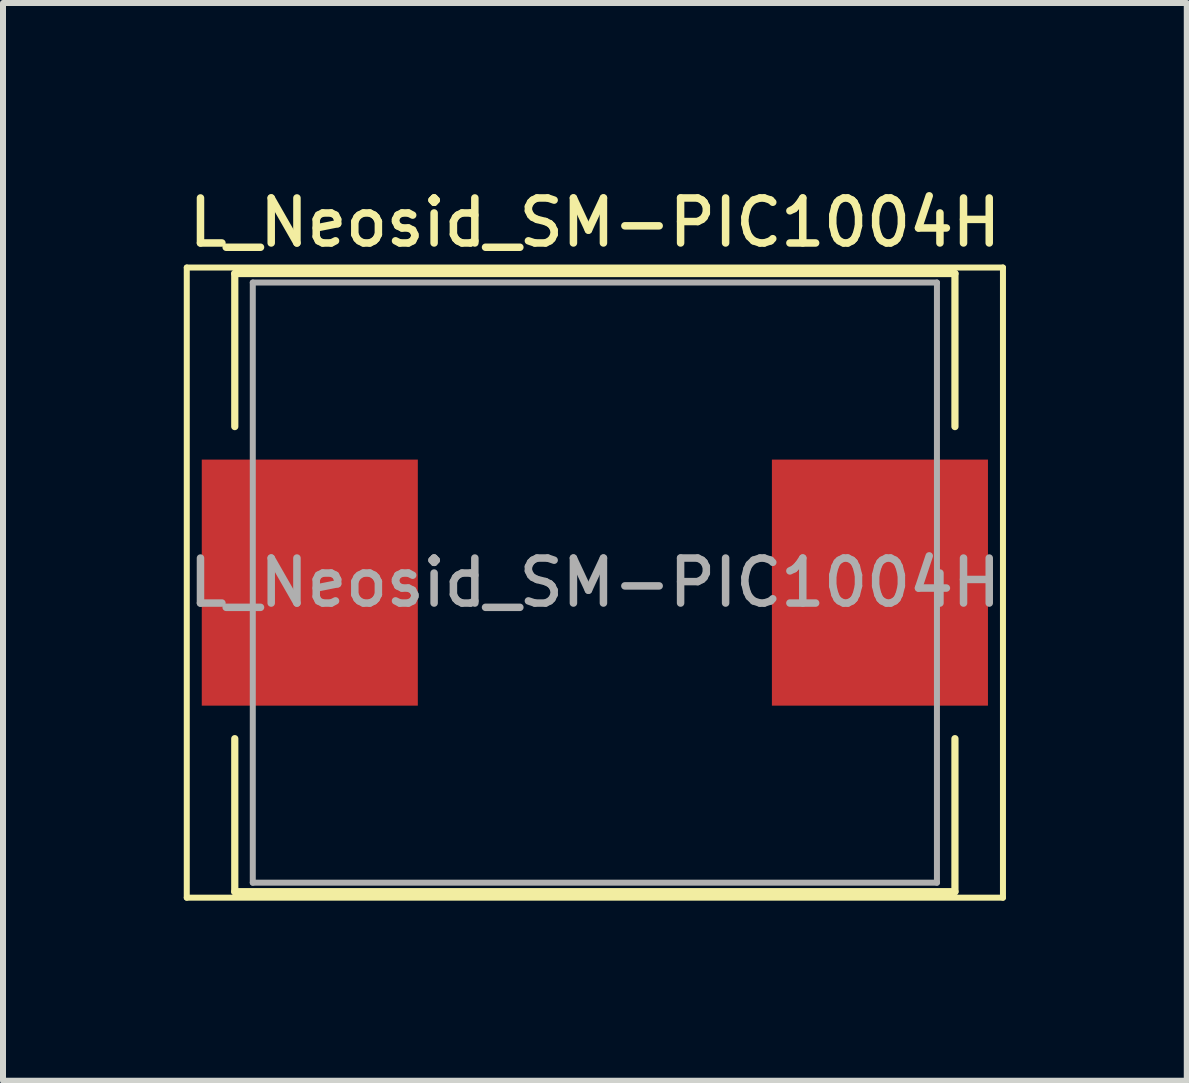
<source format=kicad_pcb>
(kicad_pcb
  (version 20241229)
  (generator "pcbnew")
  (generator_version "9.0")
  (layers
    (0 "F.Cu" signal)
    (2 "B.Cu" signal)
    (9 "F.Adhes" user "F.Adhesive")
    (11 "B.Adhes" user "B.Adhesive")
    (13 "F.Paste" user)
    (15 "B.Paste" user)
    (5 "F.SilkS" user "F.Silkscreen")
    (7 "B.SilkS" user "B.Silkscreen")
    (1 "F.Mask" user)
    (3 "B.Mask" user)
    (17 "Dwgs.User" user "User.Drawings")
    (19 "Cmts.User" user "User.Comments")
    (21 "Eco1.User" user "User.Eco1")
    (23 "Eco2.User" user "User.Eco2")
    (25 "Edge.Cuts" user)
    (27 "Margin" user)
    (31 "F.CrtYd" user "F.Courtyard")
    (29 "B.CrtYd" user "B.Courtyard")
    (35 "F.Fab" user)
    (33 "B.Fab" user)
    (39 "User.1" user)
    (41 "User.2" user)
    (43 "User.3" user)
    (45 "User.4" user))
  (footprint "L_Neosid_SM-PIC1004H"
    (layer "F.Cu")
    (at 6.862 6.658)
    (property "Reference" "L_Neosid_SM-PIC1004H" (at 0 -6 0) (layer "F.SilkS") (effects (font (size 0.75 0.75) (thickness 0.125))))
    (attr smd)
    (fp_line (start -6.8 -5.25) (end -6.8 5.25) (stroke (width 0.1) (type solid)) (layer "F.SilkS"))
    (fp_line (start -6.8 -5.25) (end 6.8 -5.25) (stroke (width 0.1) (type solid)) (layer "F.SilkS"))
    (fp_line (start -6 -5.15) (end -6 -2.6) (stroke (width 0.12) (type solid)) (layer "F.SilkS"))
    (fp_line (start -6 2.6) (end -6 5.15) (stroke (width 0.12) (type solid)) (layer "F.SilkS"))
    (fp_line (start -6 5.15) (end 6 5.15) (stroke (width 0.12) (type solid)) (layer "F.SilkS"))
    (fp_line (start 6 -5.15) (end -6 -5.15) (stroke (width 0.12) (type solid)) (layer "F.SilkS"))
    (fp_line (start 6 -2.6) (end 6 -5.15) (stroke (width 0.12) (type solid)) (layer "F.SilkS"))
    (fp_line (start 6 5.15) (end 6 2.6) (stroke (width 0.12) (type solid)) (layer "F.SilkS"))
    (fp_line (start 6.8 5.25) (end -6.8 5.25) (stroke (width 0.1) (type solid)) (layer "F.SilkS"))
    (fp_line (start 6.8 5.25) (end 6.8 -5.25) (stroke (width 0.1) (type solid)) (layer "F.SilkS"))
    (fp_line (start -5.7 -5) (end 5.7 -5) (stroke (width 0.1) (type solid)) (layer "F.Fab"))
    (fp_line (start -5.7 5) (end -5.7 -5) (stroke (width 0.1) (type solid)) (layer "F.Fab"))
    (fp_line (start 5.7 -5) (end 5.7 5) (stroke (width 0.1) (type solid)) (layer "F.Fab"))
    (fp_line (start 5.7 5) (end -5.7 5) (stroke (width 0.1) (type solid)) (layer "F.Fab"))
    (fp_text user "${REFERENCE}" (at 0 0 0) (layer "F.Fab") (effects (font (size 0.75 0.75) (thickness 0.125))))
    (pad "1" smd rect (at -4.75 0) (size 3.6 4.1) (layers "F.Cu" "F.Mask" "F.Paste"))
    (pad "2" smd rect (at 4.75 0) (size 3.6 4.1) (layers "F.Cu" "F.Mask" "F.Paste")))
  (gr_rect
    (start -3 -3)
    (end 16.725 14.958)
    (stroke (width 0.1) (type default))
    (fill no)
    (layer "Edge.Cuts")))
</source>
